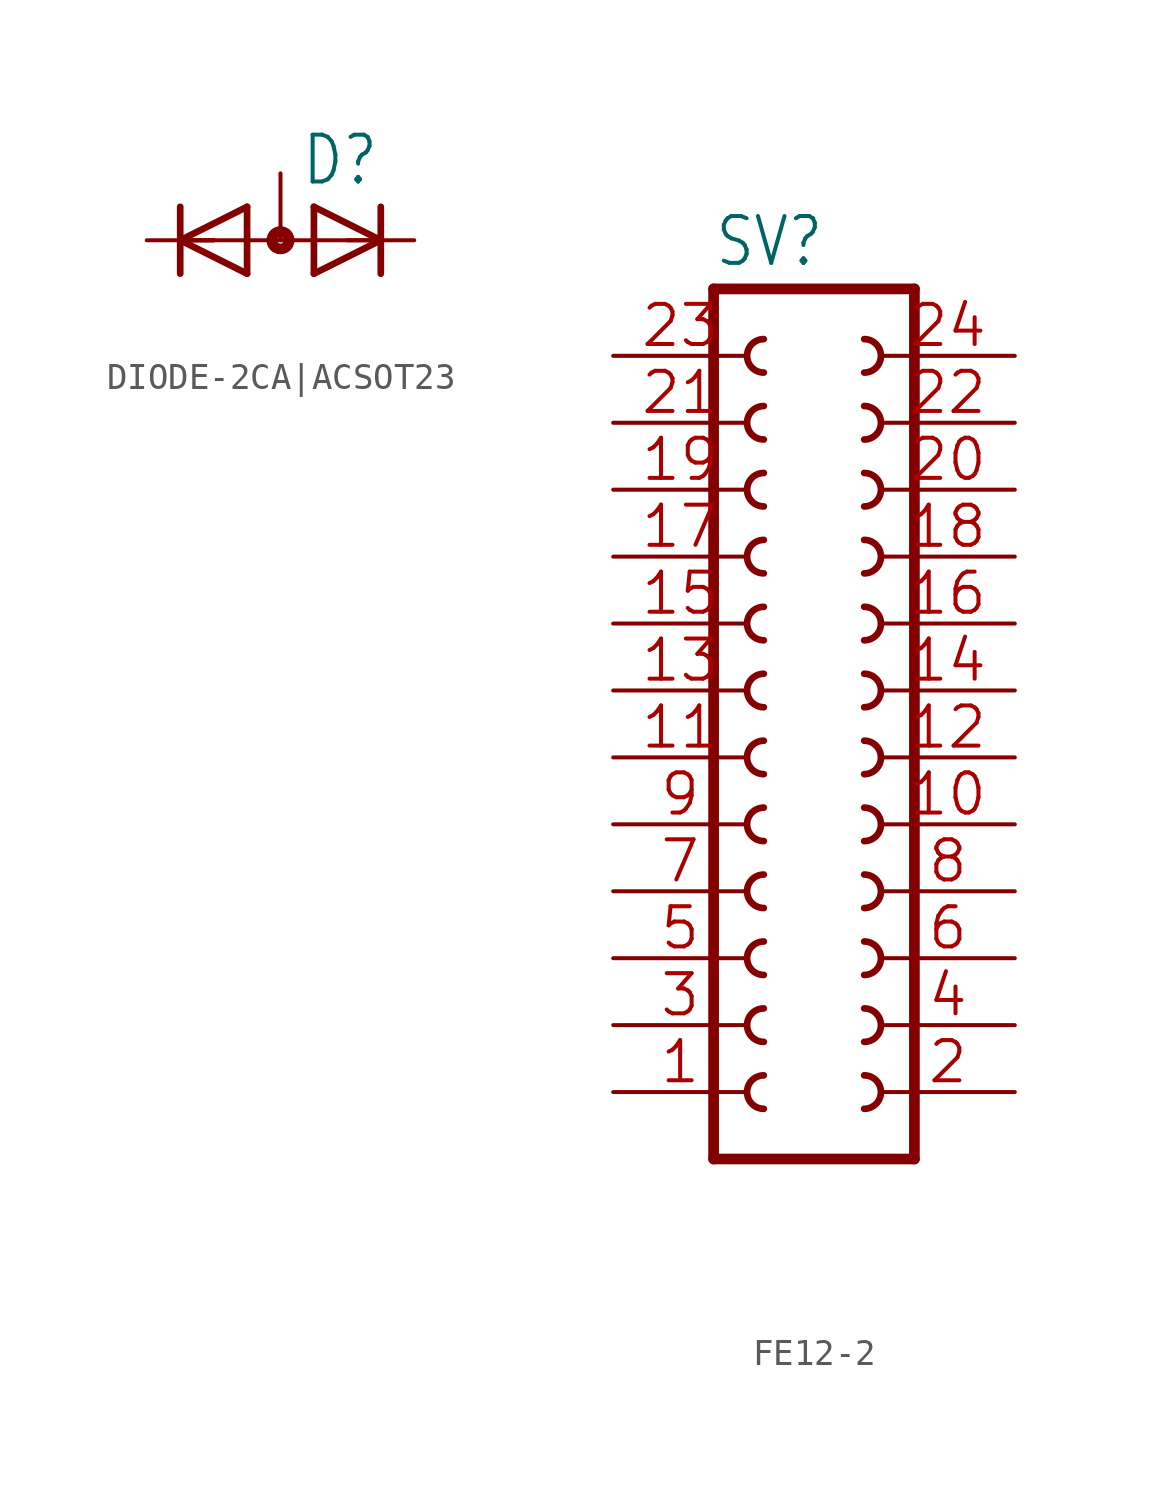
<source format=kicad_sym>
(kicad_symbol_lib
  (version 20241209)
  (generator "kicad_symbol_editor")
  (generator_version "9.0")
  (symbol "DIODE-2CA|ACSOT23"
    (property "Reference" "D"
      (at 0.762 2.007 0)
      (effects (font (size 1.778 1.511)) (justify left bottom)))
    (property "Value" ""
      (at -4.826 -3.454 0)
      (effects (font (size 1.778 1.511)) (justify left bottom)))
    (property "ki_locked" ""
      (at 0 0 0)
      (effects (font (size 1.27 1.27))))
    (symbol "DIODE-2CA|ACSOT23_1_0"
      (polyline (pts (xy -3.81 0) (xy -3.81 1.27)) (stroke (width 0.254) (type solid)) (fill (type none)))
      (polyline (pts (xy -3.81 0) (xy -1.27 -1.27)) (stroke (width 0.254) (type solid)) (fill (type none)))
      (polyline (pts (xy -3.81 0) (xy 3.81 0)) (stroke (width 0.152) (type solid)) (fill (type none)))
      (polyline (pts (xy -3.81 -1.27) (xy -3.81 0)) (stroke (width 0.254) (type solid)) (fill (type none)))
      (polyline (pts (xy -2.54 0) (xy -3.81 0)) (stroke (width 0.152) (type solid)) (fill (type none)))
      (polyline (pts (xy -1.27 1.27) (xy -3.81 0)) (stroke (width 0.254) (type solid)) (fill (type none)))
      (polyline (pts (xy -1.27 -1.27) (xy -1.27 1.27)) (stroke (width 0.254) (type solid)) (fill (type none)))
      (circle (center 0 0) (radius 0.127) (stroke (width 0.406) (type solid)) (fill (type none)))
      (polyline (pts (xy 1.27 1.27) (xy 3.81 0)) (stroke (width 0.254) (type solid)) (fill (type none)))
      (polyline (pts (xy 1.27 -1.27) (xy 1.27 1.27)) (stroke (width 0.254) (type solid)) (fill (type none)))
      (polyline (pts (xy 3.81 0) (xy 1.27 -1.27)) (stroke (width 0.254) (type solid)) (fill (type none)))
      (polyline (pts (xy 3.81 0) (xy 3.81 1.27)) (stroke (width 0.254) (type solid)) (fill (type none)))
      (polyline (pts (xy 3.81 -1.27) (xy 3.81 0)) (stroke (width 0.254) (type solid)) (fill (type none)))
      (pin passive line (at -5.08 0 0) (length 2.54) (name "K1" (effects (font (size 0 0)))) (number "1" (effects (font (size 0 0)))))
      (pin passive line (at 0 2.54 270) (length 2.54) (name "A" (effects (font (size 0 0)))) (number "3" (effects (font (size 0 0)))))
      (pin passive line (at 5.08 0 180) (length 2.54) (name "K2" (effects (font (size 0 0)))) (number "2" (effects (font (size 0 0)))))))
  (symbol "FE12-2"
    (property "Reference" "SV"
      (at -3.81 16.002 0)
      (effects (font (size 1.778 1.511)) (justify left bottom)))
    (property "Value" ""
      (at -3.81 -20.32 0)
      (effects (font (size 1.778 1.511)) (justify left bottom)))
    (property "ki_locked" ""
      (at 0 0 0)
      (effects (font (size 1.27 1.27))))
    (symbol "FE12-2_1_0"
      (polyline (pts (xy -3.81 15.24) (xy -3.81 -17.78)) (stroke (width 0.406) (type solid)) (fill (type none)))
      (polyline (pts (xy -3.81 15.24) (xy 3.81 15.24)) (stroke (width 0.406) (type solid)) (fill (type none)))
      (arc (start -1.905 12.065) (mid -2.54 12.7) (end -1.905 13.335) (stroke (width 0.254) (type solid)) (fill (type none)))
      (arc (start -1.905 9.525) (mid -2.54 10.16) (end -1.905 10.795) (stroke (width 0.254) (type solid)) (fill (type none)))
      (arc (start -1.905 6.985) (mid -2.54 7.62) (end -1.905 8.255) (stroke (width 0.254) (type solid)) (fill (type none)))
      (arc (start -1.905 4.445) (mid -2.54 5.08) (end -1.905 5.715) (stroke (width 0.254) (type solid)) (fill (type none)))
      (arc (start -1.905 1.905) (mid -2.54 2.54) (end -1.905 3.175) (stroke (width 0.254) (type solid)) (fill (type none)))
      (arc (start -1.905 -0.635) (mid -2.54 0) (end -1.905 0.635) (stroke (width 0.254) (type solid)) (fill (type none)))
      (arc (start -1.905 -3.175) (mid -2.54 -2.54) (end -1.905 -1.905) (stroke (width 0.254) (type solid)) (fill (type none)))
      (arc (start -1.905 -5.715) (mid -2.54 -5.08) (end -1.905 -4.445) (stroke (width 0.254) (type solid)) (fill (type none)))
      (arc (start -1.905 -8.255) (mid -2.54 -7.62) (end -1.905 -6.985) (stroke (width 0.254) (type solid)) (fill (type none)))
      (arc (start -1.905 -10.795) (mid -2.54 -10.16) (end -1.905 -9.525) (stroke (width 0.254) (type solid)) (fill (type none)))
      (arc (start -1.905 -13.335) (mid -2.54 -12.7) (end -1.905 -12.065) (stroke (width 0.254) (type solid)) (fill (type none)))
      (arc (start -1.905 -15.875) (mid -2.54 -15.24) (end -1.905 -14.605) (stroke (width 0.254) (type solid)) (fill (type none)))
      (arc (start 1.905 13.335) (mid 2.54 12.7) (end 1.905 12.065) (stroke (width 0.254) (type solid)) (fill (type none)))
      (arc (start 1.905 10.795) (mid 2.54 10.16) (end 1.905 9.525) (stroke (width 0.254) (type solid)) (fill (type none)))
      (arc (start 1.905 8.255) (mid 2.54 7.62) (end 1.905 6.985) (stroke (width 0.254) (type solid)) (fill (type none)))
      (arc (start 1.905 5.715) (mid 2.54 5.08) (end 1.905 4.445) (stroke (width 0.254) (type solid)) (fill (type none)))
      (arc (start 1.905 3.175) (mid 2.54 2.54) (end 1.905 1.905) (stroke (width 0.254) (type solid)) (fill (type none)))
      (arc (start 1.905 0.635) (mid 2.54 0) (end 1.905 -0.635) (stroke (width 0.254) (type solid)) (fill (type none)))
      (arc (start 1.905 -1.905) (mid 2.54 -2.54) (end 1.905 -3.175) (stroke (width 0.254) (type solid)) (fill (type none)))
      (arc (start 1.905 -4.445) (mid 2.54 -5.08) (end 1.905 -5.715) (stroke (width 0.254) (type solid)) (fill (type none)))
      (arc (start 1.905 -6.985) (mid 2.54 -7.62) (end 1.905 -8.255) (stroke (width 0.254) (type solid)) (fill (type none)))
      (arc (start 1.905 -9.525) (mid 2.54 -10.16) (end 1.905 -10.795) (stroke (width 0.254) (type solid)) (fill (type none)))
      (arc (start 1.905 -12.065) (mid 2.54 -12.7) (end 1.905 -13.335) (stroke (width 0.254) (type solid)) (fill (type none)))
      (arc (start 1.905 -14.605) (mid 2.54 -15.24) (end 1.905 -15.875) (stroke (width 0.254) (type solid)) (fill (type none)))
      (polyline (pts (xy 3.81 -17.78) (xy -3.81 -17.78)) (stroke (width 0.406) (type solid)) (fill (type none)))
      (polyline (pts (xy 3.81 -17.78) (xy 3.81 15.24)) (stroke (width 0.406) (type solid)) (fill (type none)))
      (pin passive line (at -7.62 12.7 0) (length 5.08) (name "23" (effects (font (size 0 0)))) (number "23" (effects (font (size 1.524 1.524)))))
      (pin passive line (at -7.62 10.16 0) (length 5.08) (name "21" (effects (font (size 0 0)))) (number "21" (effects (font (size 1.524 1.524)))))
      (pin passive line (at -7.62 7.62 0) (length 5.08) (name "19" (effects (font (size 0 0)))) (number "19" (effects (font (size 1.524 1.524)))))
      (pin passive line (at -7.62 5.08 0) (length 5.08) (name "17" (effects (font (size 0 0)))) (number "17" (effects (font (size 1.524 1.524)))))
      (pin passive line (at -7.62 2.54 0) (length 5.08) (name "15" (effects (font (size 0 0)))) (number "15" (effects (font (size 1.524 1.524)))))
      (pin passive line (at -7.62 0 0) (length 5.08) (name "13" (effects (font (size 0 0)))) (number "13" (effects (font (size 1.524 1.524)))))
      (pin passive line (at -7.62 -2.54 0) (length 5.08) (name "11" (effects (font (size 0 0)))) (number "11" (effects (font (size 1.524 1.524)))))
      (pin passive line (at -7.62 -5.08 0) (length 5.08) (name "9" (effects (font (size 0 0)))) (number "9" (effects (font (size 1.524 1.524)))))
      (pin passive line (at -7.62 -7.62 0) (length 5.08) (name "7" (effects (font (size 0 0)))) (number "7" (effects (font (size 1.524 1.524)))))
      (pin passive line (at -7.62 -10.16 0) (length 5.08) (name "5" (effects (font (size 0 0)))) (number "5" (effects (font (size 1.524 1.524)))))
      (pin passive line (at -7.62 -12.7 0) (length 5.08) (name "3" (effects (font (size 0 0)))) (number "3" (effects (font (size 1.524 1.524)))))
      (pin passive line (at -7.62 -15.24 0) (length 5.08) (name "1" (effects (font (size 0 0)))) (number "1" (effects (font (size 1.524 1.524)))))
      (pin passive line (at 7.62 12.7 180) (length 5.08) (name "24" (effects (font (size 0 0)))) (number "24" (effects (font (size 1.524 1.524)))))
      (pin passive line (at 7.62 10.16 180) (length 5.08) (name "22" (effects (font (size 0 0)))) (number "22" (effects (font (size 1.524 1.524)))))
      (pin passive line (at 7.62 7.62 180) (length 5.08) (name "20" (effects (font (size 0 0)))) (number "20" (effects (font (size 1.524 1.524)))))
      (pin passive line (at 7.62 5.08 180) (length 5.08) (name "18" (effects (font (size 0 0)))) (number "18" (effects (font (size 1.524 1.524)))))
      (pin passive line (at 7.62 2.54 180) (length 5.08) (name "16" (effects (font (size 0 0)))) (number "16" (effects (font (size 1.524 1.524)))))
      (pin passive line (at 7.62 0 180) (length 5.08) (name "14" (effects (font (size 0 0)))) (number "14" (effects (font (size 1.524 1.524)))))
      (pin passive line (at 7.62 -2.54 180) (length 5.08) (name "12" (effects (font (size 0 0)))) (number "12" (effects (font (size 1.524 1.524)))))
      (pin passive line (at 7.62 -5.08 180) (length 5.08) (name "10" (effects (font (size 0 0)))) (number "10" (effects (font (size 1.524 1.524)))))
      (pin passive line (at 7.62 -7.62 180) (length 5.08) (name "8" (effects (font (size 0 0)))) (number "8" (effects (font (size 1.524 1.524)))))
      (pin passive line (at 7.62 -10.16 180) (length 5.08) (name "6" (effects (font (size 0 0)))) (number "6" (effects (font (size 1.524 1.524)))))
      (pin passive line (at 7.62 -12.7 180) (length 5.08) (name "4" (effects (font (size 0 0)))) (number "4" (effects (font (size 1.524 1.524)))))
      (pin passive line (at 7.62 -15.24 180) (length 5.08) (name "2" (effects (font (size 0 0)))) (number "2" (effects (font (size 1.524 1.524))))))))
</source>
